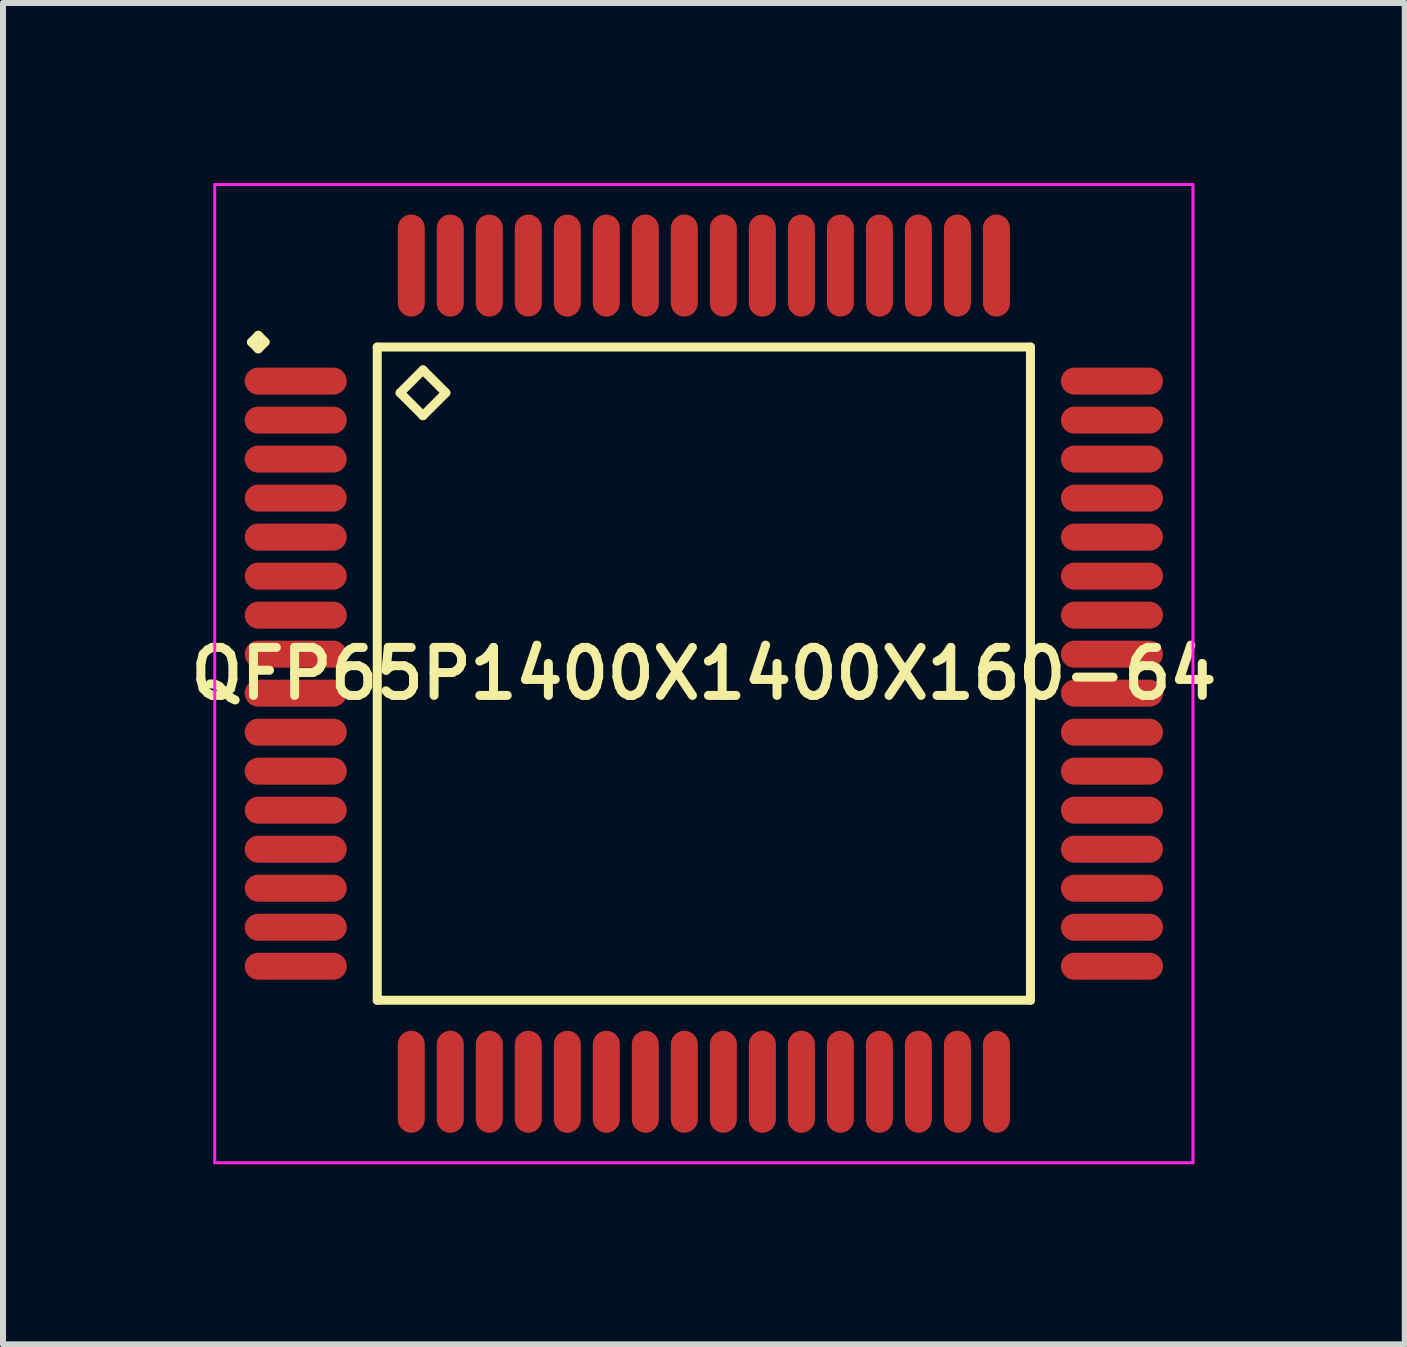
<source format=kicad_pcb>
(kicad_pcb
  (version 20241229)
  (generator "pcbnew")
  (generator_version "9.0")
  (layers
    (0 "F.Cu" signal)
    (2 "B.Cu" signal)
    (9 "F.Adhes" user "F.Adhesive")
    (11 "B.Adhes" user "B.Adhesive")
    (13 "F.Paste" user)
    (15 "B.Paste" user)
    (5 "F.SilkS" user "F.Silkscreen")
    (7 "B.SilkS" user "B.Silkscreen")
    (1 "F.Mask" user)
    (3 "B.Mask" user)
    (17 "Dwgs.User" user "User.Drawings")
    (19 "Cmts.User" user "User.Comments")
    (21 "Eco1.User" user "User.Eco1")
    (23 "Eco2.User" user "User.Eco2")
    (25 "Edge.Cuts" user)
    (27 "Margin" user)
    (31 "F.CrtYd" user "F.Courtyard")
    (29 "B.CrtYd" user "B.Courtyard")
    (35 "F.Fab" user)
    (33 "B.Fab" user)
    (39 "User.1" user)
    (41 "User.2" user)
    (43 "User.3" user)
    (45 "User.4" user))
  (footprint "QFP65P1400X1400X160-64"
    (layer "F.Cu")
    (at 8.678 8.175)
    (property "Reference" "QFP65P1400X1400X160-64" (at 0 0 0) (layer "F.SilkS") (effects (font (size 0.8 0.8) (thickness 0.15))))
    (attr smd)
    (fp_line (start -7.537 -5.525) (end -7.425 -5.638) (stroke (width 0.15) (type solid)) (layer "F.SilkS"))
    (fp_line (start -7.425 -5.638) (end -7.312 -5.525) (stroke (width 0.15) (type solid)) (layer "F.SilkS"))
    (fp_line (start -7.425 -5.412) (end -7.537 -5.525) (stroke (width 0.15) (type solid)) (layer "F.SilkS"))
    (fp_line (start -7.312 -5.525) (end -7.425 -5.412) (stroke (width 0.15) (type solid)) (layer "F.SilkS"))
    (fp_line (start -5.442 -5.442) (end -5.442 5.442) (stroke (width 0.15) (type solid)) (layer "F.SilkS"))
    (fp_line (start -5.442 5.442) (end 5.442 5.442) (stroke (width 0.15) (type solid)) (layer "F.SilkS"))
    (fp_line (start -5.061 -4.68) (end -4.68 -5.061) (stroke (width 0.15) (type solid)) (layer "F.SilkS"))
    (fp_line (start -4.68 -5.061) (end -4.299 -4.68) (stroke (width 0.15) (type solid)) (layer "F.SilkS"))
    (fp_line (start -4.68 -4.299) (end -5.061 -4.68) (stroke (width 0.15) (type solid)) (layer "F.SilkS"))
    (fp_line (start -4.299 -4.68) (end -4.68 -4.299) (stroke (width 0.15) (type solid)) (layer "F.SilkS"))
    (fp_line (start 5.442 -5.442) (end -5.442 -5.442) (stroke (width 0.15) (type solid)) (layer "F.SilkS"))
    (fp_line (start 5.442 5.442) (end 5.442 -5.442) (stroke (width 0.15) (type solid)) (layer "F.SilkS"))
    (fp_line (start -8.15 -8.15) (end 8.15 -8.15) (stroke (width 0.05) (type solid)) (layer "F.CrtYd"))
    (fp_line (start -8.15 8.15) (end -8.15 -8.15) (stroke (width 0.05) (type solid)) (layer "F.CrtYd"))
    (fp_line (start 8.15 -8.15) (end 8.15 8.15) (stroke (width 0.05) (type solid)) (layer "F.CrtYd"))
    (fp_line (start 8.15 8.15) (end -8.15 8.15) (stroke (width 0.05) (type solid)) (layer "F.CrtYd"))
    (pad "1" smd oval (at -6.8 -4.875) (size 1.7 0.45) (layers "F.Cu" "F.Mask" "F.Paste"))
    (pad "2" smd oval (at -6.8 -4.225) (size 1.7 0.45) (layers "F.Cu" "F.Mask" "F.Paste"))
    (pad "3" smd oval (at -6.8 -3.575) (size 1.7 0.45) (layers "F.Cu" "F.Mask" "F.Paste"))
    (pad "4" smd oval (at -6.8 -2.925) (size 1.7 0.45) (layers "F.Cu" "F.Mask" "F.Paste"))
    (pad "5" smd oval (at -6.8 -2.275) (size 1.7 0.45) (layers "F.Cu" "F.Mask" "F.Paste"))
    (pad "6" smd oval (at -6.8 -1.625) (size 1.7 0.45) (layers "F.Cu" "F.Mask" "F.Paste"))
    (pad "7" smd oval (at -6.8 -0.975) (size 1.7 0.45) (layers "F.Cu" "F.Mask" "F.Paste"))
    (pad "8" smd oval (at -6.8 -0.325) (size 1.7 0.45) (layers "F.Cu" "F.Mask" "F.Paste"))
    (pad "9" smd oval (at -6.8 0.325) (size 1.7 0.45) (layers "F.Cu" "F.Mask" "F.Paste"))
    (pad "10" smd oval (at -6.8 0.975) (size 1.7 0.45) (layers "F.Cu" "F.Mask" "F.Paste"))
    (pad "11" smd oval (at -6.8 1.625) (size 1.7 0.45) (layers "F.Cu" "F.Mask" "F.Paste"))
    (pad "12" smd oval (at -6.8 2.275) (size 1.7 0.45) (layers "F.Cu" "F.Mask" "F.Paste"))
    (pad "13" smd oval (at -6.8 2.925) (size 1.7 0.45) (layers "F.Cu" "F.Mask" "F.Paste"))
    (pad "14" smd oval (at -6.8 3.575) (size 1.7 0.45) (layers "F.Cu" "F.Mask" "F.Paste"))
    (pad "15" smd oval (at -6.8 4.225) (size 1.7 0.45) (layers "F.Cu" "F.Mask" "F.Paste"))
    (pad "16" smd oval (at -6.8 4.875) (size 1.7 0.45) (layers "F.Cu" "F.Mask" "F.Paste"))
    (pad "17" smd oval (at -4.875 6.8) (size 0.45 1.7) (layers "F.Cu" "F.Mask" "F.Paste"))
    (pad "18" smd oval (at -4.225 6.8) (size 0.45 1.7) (layers "F.Cu" "F.Mask" "F.Paste"))
    (pad "19" smd oval (at -3.575 6.8) (size 0.45 1.7) (layers "F.Cu" "F.Mask" "F.Paste"))
    (pad "20" smd oval (at -2.925 6.8) (size 0.45 1.7) (layers "F.Cu" "F.Mask" "F.Paste"))
    (pad "21" smd oval (at -2.275 6.8) (size 0.45 1.7) (layers "F.Cu" "F.Mask" "F.Paste"))
    (pad "22" smd oval (at -1.625 6.8) (size 0.45 1.7) (layers "F.Cu" "F.Mask" "F.Paste"))
    (pad "23" smd oval (at -0.975 6.8) (size 0.45 1.7) (layers "F.Cu" "F.Mask" "F.Paste"))
    (pad "24" smd oval (at -0.325 6.8) (size 0.45 1.7) (layers "F.Cu" "F.Mask" "F.Paste"))
    (pad "25" smd oval (at 0.325 6.8) (size 0.45 1.7) (layers "F.Cu" "F.Mask" "F.Paste"))
    (pad "26" smd oval (at 0.975 6.8) (size 0.45 1.7) (layers "F.Cu" "F.Mask" "F.Paste"))
    (pad "27" smd oval (at 1.625 6.8) (size 0.45 1.7) (layers "F.Cu" "F.Mask" "F.Paste"))
    (pad "28" smd oval (at 2.275 6.8) (size 0.45 1.7) (layers "F.Cu" "F.Mask" "F.Paste"))
    (pad "29" smd oval (at 2.925 6.8) (size 0.45 1.7) (layers "F.Cu" "F.Mask" "F.Paste"))
    (pad "30" smd oval (at 3.575 6.8) (size 0.45 1.7) (layers "F.Cu" "F.Mask" "F.Paste"))
    (pad "31" smd oval (at 4.225 6.8) (size 0.45 1.7) (layers "F.Cu" "F.Mask" "F.Paste"))
    (pad "32" smd oval (at 4.875 6.8) (size 0.45 1.7) (layers "F.Cu" "F.Mask" "F.Paste"))
    (pad "33" smd oval (at 6.8 4.875) (size 1.7 0.45) (layers "F.Cu" "F.Mask" "F.Paste"))
    (pad "34" smd oval (at 6.8 4.225) (size 1.7 0.45) (layers "F.Cu" "F.Mask" "F.Paste"))
    (pad "35" smd oval (at 6.8 3.575) (size 1.7 0.45) (layers "F.Cu" "F.Mask" "F.Paste"))
    (pad "36" smd oval (at 6.8 2.925) (size 1.7 0.45) (layers "F.Cu" "F.Mask" "F.Paste"))
    (pad "37" smd oval (at 6.8 2.275) (size 1.7 0.45) (layers "F.Cu" "F.Mask" "F.Paste"))
    (pad "38" smd oval (at 6.8 1.625) (size 1.7 0.45) (layers "F.Cu" "F.Mask" "F.Paste"))
    (pad "39" smd oval (at 6.8 0.975) (size 1.7 0.45) (layers "F.Cu" "F.Mask" "F.Paste"))
    (pad "40" smd oval (at 6.8 0.325) (size 1.7 0.45) (layers "F.Cu" "F.Mask" "F.Paste"))
    (pad "41" smd oval (at 6.8 -0.325) (size 1.7 0.45) (layers "F.Cu" "F.Mask" "F.Paste"))
    (pad "42" smd oval (at 6.8 -0.975) (size 1.7 0.45) (layers "F.Cu" "F.Mask" "F.Paste"))
    (pad "43" smd oval (at 6.8 -1.625) (size 1.7 0.45) (layers "F.Cu" "F.Mask" "F.Paste"))
    (pad "44" smd oval (at 6.8 -2.275) (size 1.7 0.45) (layers "F.Cu" "F.Mask" "F.Paste"))
    (pad "45" smd oval (at 6.8 -2.925) (size 1.7 0.45) (layers "F.Cu" "F.Mask" "F.Paste"))
    (pad "46" smd oval (at 6.8 -3.575) (size 1.7 0.45) (layers "F.Cu" "F.Mask" "F.Paste"))
    (pad "47" smd oval (at 6.8 -4.225) (size 1.7 0.45) (layers "F.Cu" "F.Mask" "F.Paste"))
    (pad "48" smd oval (at 6.8 -4.875) (size 1.7 0.45) (layers "F.Cu" "F.Mask" "F.Paste"))
    (pad "49" smd oval (at 4.875 -6.8) (size 0.45 1.7) (layers "F.Cu" "F.Mask" "F.Paste"))
    (pad "50" smd oval (at 4.225 -6.8) (size 0.45 1.7) (layers "F.Cu" "F.Mask" "F.Paste"))
    (pad "51" smd oval (at 3.575 -6.8) (size 0.45 1.7) (layers "F.Cu" "F.Mask" "F.Paste"))
    (pad "52" smd oval (at 2.925 -6.8) (size 0.45 1.7) (layers "F.Cu" "F.Mask" "F.Paste"))
    (pad "53" smd oval (at 2.275 -6.8) (size 0.45 1.7) (layers "F.Cu" "F.Mask" "F.Paste"))
    (pad "54" smd oval (at 1.625 -6.8) (size 0.45 1.7) (layers "F.Cu" "F.Mask" "F.Paste"))
    (pad "55" smd oval (at 0.975 -6.8) (size 0.45 1.7) (layers "F.Cu" "F.Mask" "F.Paste"))
    (pad "56" smd oval (at 0.325 -6.8) (size 0.45 1.7) (layers "F.Cu" "F.Mask" "F.Paste"))
    (pad "57" smd oval (at -0.325 -6.8) (size 0.45 1.7) (layers "F.Cu" "F.Mask" "F.Paste"))
    (pad "58" smd oval (at -0.975 -6.8) (size 0.45 1.7) (layers "F.Cu" "F.Mask" "F.Paste"))
    (pad "59" smd oval (at -1.625 -6.8) (size 0.45 1.7) (layers "F.Cu" "F.Mask" "F.Paste"))
    (pad "60" smd oval (at -2.275 -6.8) (size 0.45 1.7) (layers "F.Cu" "F.Mask" "F.Paste"))
    (pad "61" smd oval (at -2.925 -6.8) (size 0.45 1.7) (layers "F.Cu" "F.Mask" "F.Paste"))
    (pad "62" smd oval (at -3.575 -6.8) (size 0.45 1.7) (layers "F.Cu" "F.Mask" "F.Paste"))
    (pad "63" smd oval (at -4.225 -6.8) (size 0.45 1.7) (layers "F.Cu" "F.Mask" "F.Paste"))
    (pad "64" smd oval (at -4.875 -6.8) (size 0.45 1.7) (layers "F.Cu" "F.Mask" "F.Paste")))
  (gr_rect
    (start -3 -3)
    (end 20.357 19.35)
    (stroke (width 0.1) (type default))
    (fill no)
    (layer "Edge.Cuts")))
</source>
